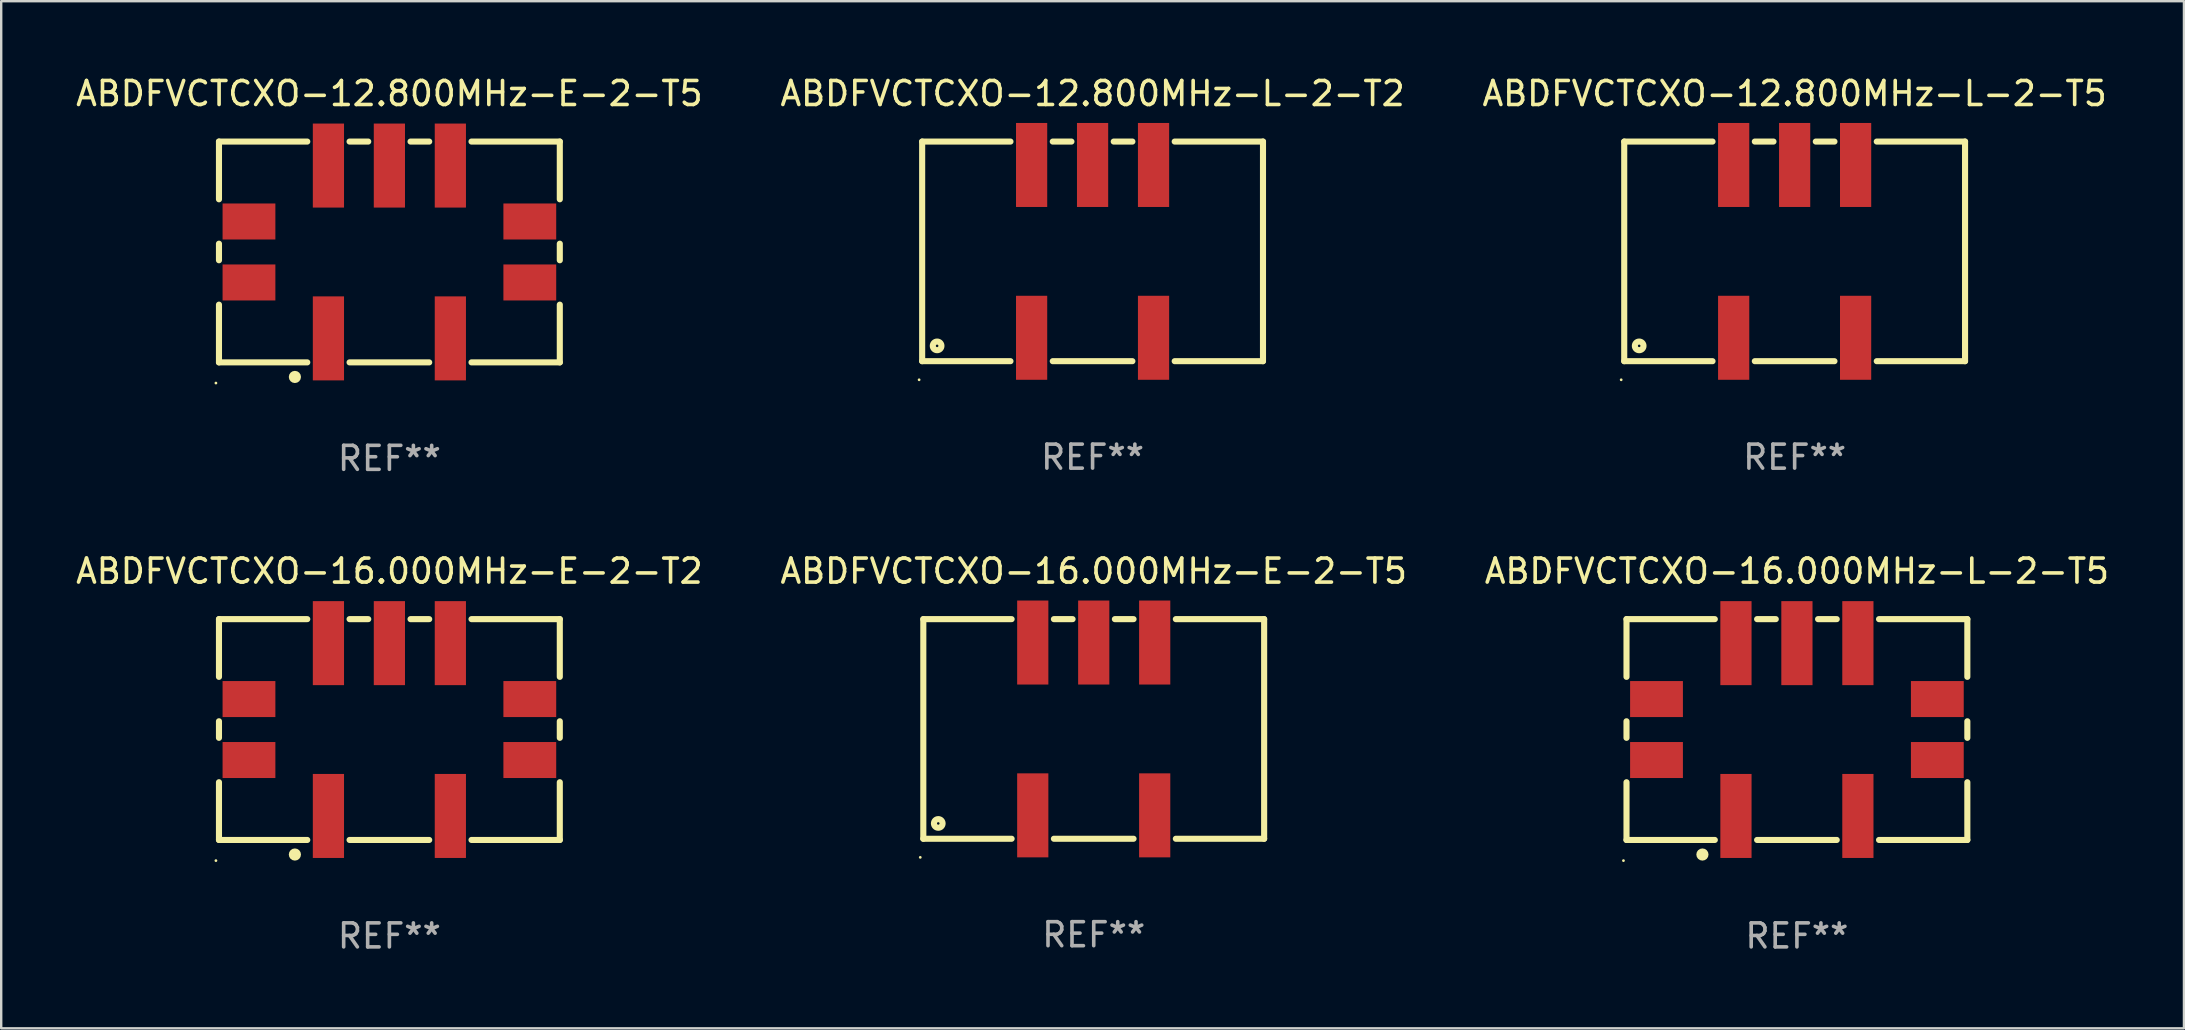
<source format=kicad_pcb>
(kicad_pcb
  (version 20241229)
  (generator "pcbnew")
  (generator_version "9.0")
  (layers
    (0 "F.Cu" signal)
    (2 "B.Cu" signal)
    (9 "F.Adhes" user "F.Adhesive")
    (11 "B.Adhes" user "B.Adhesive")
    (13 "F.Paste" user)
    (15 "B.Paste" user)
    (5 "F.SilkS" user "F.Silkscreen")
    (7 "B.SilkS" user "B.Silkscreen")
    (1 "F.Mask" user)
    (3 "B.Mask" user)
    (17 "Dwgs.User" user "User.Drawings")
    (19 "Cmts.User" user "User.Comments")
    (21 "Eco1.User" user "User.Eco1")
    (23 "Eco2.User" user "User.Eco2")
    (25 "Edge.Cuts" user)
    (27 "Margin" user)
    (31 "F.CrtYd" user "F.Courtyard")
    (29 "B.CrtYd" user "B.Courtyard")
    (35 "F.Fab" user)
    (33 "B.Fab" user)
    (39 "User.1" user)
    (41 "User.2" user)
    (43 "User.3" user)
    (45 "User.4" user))
  (footprint "ABDFVCTCXO-16.000MHz-L-2-T5"
    (layer "F.Cu")
    (at 71.815 27.345)
    (property "Reference" "ABDFVCTCXO-16.000MHz-L-2-T5" (at 0 -6.6 0) (layer "F.SilkS") (effects (font (size 1 1) (thickness 0.15))))
    (attr through_hole)
    (fp_line (start -7.1 -4.6) (end -7.1 -2.195) (stroke (width 0.254) (type solid)) (layer "F.SilkS"))
    (fp_line (start -7.1 -4.6) (end -3.421 -4.6) (stroke (width 0.254) (type solid)) (layer "F.SilkS"))
    (fp_line (start -7.1 -0.345) (end -7.1 0.345) (stroke (width 0.254) (type solid)) (layer "F.SilkS"))
    (fp_line (start -7.1 2.195) (end -7.1 4.6) (stroke (width 0.254) (type solid)) (layer "F.SilkS"))
    (fp_line (start -7.1 4.6) (end -3.421 4.6) (stroke (width 0.254) (type solid)) (layer "F.SilkS"))
    (fp_line (start -1.659 -4.6) (end -0.881 -4.6) (stroke (width 0.254) (type solid)) (layer "F.SilkS"))
    (fp_line (start -1.659 4.6) (end 1.659 4.6) (stroke (width 0.254) (type solid)) (layer "F.SilkS"))
    (fp_line (start 0.881 -4.6) (end 1.659 -4.6) (stroke (width 0.254) (type solid)) (layer "F.SilkS"))
    (fp_line (start 3.421 -4.6) (end 7.1 -4.6) (stroke (width 0.254) (type solid)) (layer "F.SilkS"))
    (fp_line (start 3.421 4.6) (end 7.1 4.6) (stroke (width 0.254) (type solid)) (layer "F.SilkS"))
    (fp_line (start 7.1 -4.6) (end 7.1 -2.195) (stroke (width 0.254) (type solid)) (layer "F.SilkS"))
    (fp_line (start 7.1 -0.345) (end 7.1 0.345) (stroke (width 0.254) (type solid)) (layer "F.SilkS"))
    (fp_line (start 7.1 2.195) (end 7.1 4.6) (stroke (width 0.254) (type solid)) (layer "F.SilkS"))
    (fp_circle (center -7.227 5.461) (end -7.197 5.461) (stroke (width 0.06) (type solid)) (fill no) (layer "F.SilkS"))
    (fp_circle (center -3.937 5.207) (end -3.81 5.207) (stroke (width 0.254) (type solid)) (fill no) (layer "F.SilkS"))
    (fp_text user "REF**" (at 0 8.6 0) (layer "F.Fab") (effects (font (size 1 1) (thickness 0.15))))
    (pad "1" smd rect (at -2.54 3.6) (size 1.3 3.5) (layers "F.Cu" "F.Mask" "F.Paste"))
    (pad "2" smd rect (at 2.54 3.6) (size 1.3 3.5) (layers "F.Cu" "F.Mask" "F.Paste"))
    (pad "3" smd rect (at 2.54 -3.6) (size 1.3 3.5) (layers "F.Cu" "F.Mask" "F.Paste"))
    (pad "4" smd rect (at 0 -3.6) (size 1.3 3.5) (layers "F.Cu" "F.Mask" "F.Paste"))
    (pad "5" smd rect (at -2.54 -3.6) (size 1.3 3.5) (layers "F.Cu" "F.Mask" "F.Paste"))
    (pad "6" smd rect (at 5.85 1.27 90) (size 1.5 2.2) (layers "F.Cu" "F.Mask" "F.Paste"))
    (pad "7" smd rect (at 5.85 -1.27 90) (size 1.5 2.2) (layers "F.Cu" "F.Mask" "F.Paste"))
    (pad "8" smd rect (at -5.85 -1.27 90) (size 1.5 2.2) (layers "F.Cu" "F.Mask" "F.Paste"))
    (pad "9" smd rect (at -5.85 1.27 90) (size 1.5 2.2) (layers "F.Cu" "F.Mask" "F.Paste")))
  (footprint "ABDFVCTCXO-16.000MHz-E-2-T5"
    (layer "F.Cu")
    (at 42.518 27.32)
    (property "Reference" "ABDFVCTCXO-16.000MHz-E-2-T5" (at 0 -6.575 0) (layer "F.SilkS") (effects (font (size 1 1) (thickness 0.15))))
    (attr through_hole)
    (fp_line (start -7.1 -4.575) (end -7.1 4.575) (stroke (width 0.254) (type solid)) (layer "F.SilkS"))
    (fp_line (start -7.1 -4.575) (end -3.421 -4.575) (stroke (width 0.254) (type solid)) (layer "F.SilkS"))
    (fp_line (start -7.1 4.575) (end -3.421 4.575) (stroke (width 0.254) (type solid)) (layer "F.SilkS"))
    (fp_line (start -1.659 -4.575) (end -0.881 -4.575) (stroke (width 0.254) (type solid)) (layer "F.SilkS"))
    (fp_line (start -1.659 4.575) (end 1.659 4.575) (stroke (width 0.254) (type solid)) (layer "F.SilkS"))
    (fp_line (start 0.881 -4.575) (end 1.659 -4.575) (stroke (width 0.254) (type solid)) (layer "F.SilkS"))
    (fp_line (start 3.421 -4.575) (end 7.1 -4.575) (stroke (width 0.254) (type solid)) (layer "F.SilkS"))
    (fp_line (start 3.421 4.575) (end 7.1 4.575) (stroke (width 0.254) (type solid)) (layer "F.SilkS"))
    (fp_line (start 7.1 -4.575) (end 7.1 4.575) (stroke (width 0.254) (type solid)) (layer "F.SilkS"))
    (fp_circle (center -7.227 5.35) (end -7.197 5.35) (stroke (width 0.06) (type solid)) (fill no) (layer "F.SilkS"))
    (fp_circle (center -6.477 3.937) (end -6.297 3.937) (stroke (width 0.254) (type solid)) (fill no) (layer "F.SilkS"))
    (fp_text user "REF**" (at 0 8.575 0) (layer "F.Fab") (effects (font (size 1 1) (thickness 0.15))))
    (pad "1" smd rect (at -2.54 3.6) (size 1.3 3.5) (layers "F.Cu" "F.Mask" "F.Paste"))
    (pad "2" smd rect (at 2.54 3.6) (size 1.3 3.5) (layers "F.Cu" "F.Mask" "F.Paste"))
    (pad "3" smd rect (at 2.54 -3.6) (size 1.3 3.5) (layers "F.Cu" "F.Mask" "F.Paste"))
    (pad "4" smd rect (at 0 -3.6) (size 1.3 3.5) (layers "F.Cu" "F.Mask" "F.Paste"))
    (pad "5" smd rect (at -2.54 -3.6) (size 1.3 3.5) (layers "F.Cu" "F.Mask" "F.Paste")))
  (footprint "ABDFVCTCXO-16.000MHz-E-2-T2"
    (layer "F.Cu")
    (at 13.173 27.345)
    (property "Reference" "ABDFVCTCXO-16.000MHz-E-2-T2" (at 0 -6.6 0) (layer "F.SilkS") (effects (font (size 1 1) (thickness 0.15))))
    (attr through_hole)
    (fp_line (start -7.1 -4.6) (end -7.1 -2.195) (stroke (width 0.254) (type solid)) (layer "F.SilkS"))
    (fp_line (start -7.1 -4.6) (end -3.421 -4.6) (stroke (width 0.254) (type solid)) (layer "F.SilkS"))
    (fp_line (start -7.1 -0.345) (end -7.1 0.345) (stroke (width 0.254) (type solid)) (layer "F.SilkS"))
    (fp_line (start -7.1 2.195) (end -7.1 4.6) (stroke (width 0.254) (type solid)) (layer "F.SilkS"))
    (fp_line (start -7.1 4.6) (end -3.421 4.6) (stroke (width 0.254) (type solid)) (layer "F.SilkS"))
    (fp_line (start -1.659 -4.6) (end -0.881 -4.6) (stroke (width 0.254) (type solid)) (layer "F.SilkS"))
    (fp_line (start -1.659 4.6) (end 1.659 4.6) (stroke (width 0.254) (type solid)) (layer "F.SilkS"))
    (fp_line (start 0.881 -4.6) (end 1.659 -4.6) (stroke (width 0.254) (type solid)) (layer "F.SilkS"))
    (fp_line (start 3.421 -4.6) (end 7.1 -4.6) (stroke (width 0.254) (type solid)) (layer "F.SilkS"))
    (fp_line (start 3.421 4.6) (end 7.1 4.6) (stroke (width 0.254) (type solid)) (layer "F.SilkS"))
    (fp_line (start 7.1 -4.6) (end 7.1 -2.195) (stroke (width 0.254) (type solid)) (layer "F.SilkS"))
    (fp_line (start 7.1 -0.345) (end 7.1 0.345) (stroke (width 0.254) (type solid)) (layer "F.SilkS"))
    (fp_line (start 7.1 2.195) (end 7.1 4.6) (stroke (width 0.254) (type solid)) (layer "F.SilkS"))
    (fp_circle (center -7.227 5.461) (end -7.197 5.461) (stroke (width 0.06) (type solid)) (fill no) (layer "F.SilkS"))
    (fp_circle (center -3.937 5.207) (end -3.81 5.207) (stroke (width 0.254) (type solid)) (fill no) (layer "F.SilkS"))
    (fp_text user "REF**" (at 0 8.6 0) (layer "F.Fab") (effects (font (size 1 1) (thickness 0.15))))
    (pad "1" smd rect (at -2.54 3.6) (size 1.3 3.5) (layers "F.Cu" "F.Mask" "F.Paste"))
    (pad "2" smd rect (at 2.54 3.6) (size 1.3 3.5) (layers "F.Cu" "F.Mask" "F.Paste"))
    (pad "3" smd rect (at 2.54 -3.6) (size 1.3 3.5) (layers "F.Cu" "F.Mask" "F.Paste"))
    (pad "4" smd rect (at 0 -3.6) (size 1.3 3.5) (layers "F.Cu" "F.Mask" "F.Paste"))
    (pad "5" smd rect (at -2.54 -3.6) (size 1.3 3.5) (layers "F.Cu" "F.Mask" "F.Paste"))
    (pad "6" smd rect (at 5.85 1.27 90) (size 1.5 2.2) (layers "F.Cu" "F.Mask" "F.Paste"))
    (pad "7" smd rect (at 5.85 -1.27 90) (size 1.5 2.2) (layers "F.Cu" "F.Mask" "F.Paste"))
    (pad "8" smd rect (at -5.85 -1.27 90) (size 1.5 2.2) (layers "F.Cu" "F.Mask" "F.Paste"))
    (pad "9" smd rect (at -5.85 1.27 90) (size 1.5 2.2) (layers "F.Cu" "F.Mask" "F.Paste")))
  (footprint "ABDFVCTCXO-12.800MHz-L-2-T5"
    (layer "F.Cu")
    (at 71.72 7.423)
    (property "Reference" "ABDFVCTCXO-12.800MHz-L-2-T5" (at 0 -6.575 0) (layer "F.SilkS") (effects (font (size 1 1) (thickness 0.15))))
    (attr through_hole)
    (fp_line (start -7.1 -4.575) (end -7.1 4.575) (stroke (width 0.254) (type solid)) (layer "F.SilkS"))
    (fp_line (start -7.1 -4.575) (end -3.421 -4.575) (stroke (width 0.254) (type solid)) (layer "F.SilkS"))
    (fp_line (start -7.1 4.575) (end -3.421 4.575) (stroke (width 0.254) (type solid)) (layer "F.SilkS"))
    (fp_line (start -1.659 -4.575) (end -0.881 -4.575) (stroke (width 0.254) (type solid)) (layer "F.SilkS"))
    (fp_line (start -1.659 4.575) (end 1.659 4.575) (stroke (width 0.254) (type solid)) (layer "F.SilkS"))
    (fp_line (start 0.881 -4.575) (end 1.659 -4.575) (stroke (width 0.254) (type solid)) (layer "F.SilkS"))
    (fp_line (start 3.421 -4.575) (end 7.1 -4.575) (stroke (width 0.254) (type solid)) (layer "F.SilkS"))
    (fp_line (start 3.421 4.575) (end 7.1 4.575) (stroke (width 0.254) (type solid)) (layer "F.SilkS"))
    (fp_line (start 7.1 -4.575) (end 7.1 4.575) (stroke (width 0.254) (type solid)) (layer "F.SilkS"))
    (fp_circle (center -7.227 5.35) (end -7.197 5.35) (stroke (width 0.06) (type solid)) (fill no) (layer "F.SilkS"))
    (fp_circle (center -6.477 3.937) (end -6.297 3.937) (stroke (width 0.254) (type solid)) (fill no) (layer "F.SilkS"))
    (fp_text user "REF**" (at 0 8.575 0) (layer "F.Fab") (effects (font (size 1 1) (thickness 0.15))))
    (pad "1" smd rect (at -2.54 3.6) (size 1.3 3.5) (layers "F.Cu" "F.Mask" "F.Paste"))
    (pad "2" smd rect (at 2.54 3.6) (size 1.3 3.5) (layers "F.Cu" "F.Mask" "F.Paste"))
    (pad "3" smd rect (at 2.54 -3.6) (size 1.3 3.5) (layers "F.Cu" "F.Mask" "F.Paste"))
    (pad "4" smd rect (at 0 -3.6) (size 1.3 3.5) (layers "F.Cu" "F.Mask" "F.Paste"))
    (pad "5" smd rect (at -2.54 -3.6) (size 1.3 3.5) (layers "F.Cu" "F.Mask" "F.Paste")))
  (footprint "ABDFVCTCXO-12.800MHz-L-2-T2"
    (layer "F.Cu")
    (at 42.47 7.423)
    (property "Reference" "ABDFVCTCXO-12.800MHz-L-2-T2" (at 0 -6.575 0) (layer "F.SilkS") (effects (font (size 1 1) (thickness 0.15))))
    (attr through_hole)
    (fp_line (start -7.1 -4.575) (end -7.1 4.575) (stroke (width 0.254) (type solid)) (layer "F.SilkS"))
    (fp_line (start -7.1 -4.575) (end -3.421 -4.575) (stroke (width 0.254) (type solid)) (layer "F.SilkS"))
    (fp_line (start -7.1 4.575) (end -3.421 4.575) (stroke (width 0.254) (type solid)) (layer "F.SilkS"))
    (fp_line (start -1.659 -4.575) (end -0.881 -4.575) (stroke (width 0.254) (type solid)) (layer "F.SilkS"))
    (fp_line (start -1.659 4.575) (end 1.659 4.575) (stroke (width 0.254) (type solid)) (layer "F.SilkS"))
    (fp_line (start 0.881 -4.575) (end 1.659 -4.575) (stroke (width 0.254) (type solid)) (layer "F.SilkS"))
    (fp_line (start 3.421 -4.575) (end 7.1 -4.575) (stroke (width 0.254) (type solid)) (layer "F.SilkS"))
    (fp_line (start 3.421 4.575) (end 7.1 4.575) (stroke (width 0.254) (type solid)) (layer "F.SilkS"))
    (fp_line (start 7.1 -4.575) (end 7.1 4.575) (stroke (width 0.254) (type solid)) (layer "F.SilkS"))
    (fp_circle (center -7.227 5.35) (end -7.197 5.35) (stroke (width 0.06) (type solid)) (fill no) (layer "F.SilkS"))
    (fp_circle (center -6.477 3.937) (end -6.297 3.937) (stroke (width 0.254) (type solid)) (fill no) (layer "F.SilkS"))
    (fp_text user "REF**" (at 0 8.575 0) (layer "F.Fab") (effects (font (size 1 1) (thickness 0.15))))
    (pad "1" smd rect (at -2.54 3.6) (size 1.3 3.5) (layers "F.Cu" "F.Mask" "F.Paste"))
    (pad "2" smd rect (at 2.54 3.6) (size 1.3 3.5) (layers "F.Cu" "F.Mask" "F.Paste"))
    (pad "3" smd rect (at 2.54 -3.6) (size 1.3 3.5) (layers "F.Cu" "F.Mask" "F.Paste"))
    (pad "4" smd rect (at 0 -3.6) (size 1.3 3.5) (layers "F.Cu" "F.Mask" "F.Paste"))
    (pad "5" smd rect (at -2.54 -3.6) (size 1.3 3.5) (layers "F.Cu" "F.Mask" "F.Paste")))
  (footprint "ABDFVCTCXO-12.800MHz-E-2-T5"
    (layer "F.Cu")
    (at 13.173 7.448)
    (property "Reference" "ABDFVCTCXO-12.800MHz-E-2-T5" (at 0 -6.6 0) (layer "F.SilkS") (effects (font (size 1 1) (thickness 0.15))))
    (attr through_hole)
    (fp_line (start -7.1 -4.6) (end -7.1 -2.195) (stroke (width 0.254) (type solid)) (layer "F.SilkS"))
    (fp_line (start -7.1 -4.6) (end -3.421 -4.6) (stroke (width 0.254) (type solid)) (layer "F.SilkS"))
    (fp_line (start -7.1 -0.345) (end -7.1 0.345) (stroke (width 0.254) (type solid)) (layer "F.SilkS"))
    (fp_line (start -7.1 2.195) (end -7.1 4.6) (stroke (width 0.254) (type solid)) (layer "F.SilkS"))
    (fp_line (start -7.1 4.6) (end -3.421 4.6) (stroke (width 0.254) (type solid)) (layer "F.SilkS"))
    (fp_line (start -1.659 -4.6) (end -0.881 -4.6) (stroke (width 0.254) (type solid)) (layer "F.SilkS"))
    (fp_line (start -1.659 4.6) (end 1.659 4.6) (stroke (width 0.254) (type solid)) (layer "F.SilkS"))
    (fp_line (start 0.881 -4.6) (end 1.659 -4.6) (stroke (width 0.254) (type solid)) (layer "F.SilkS"))
    (fp_line (start 3.421 -4.6) (end 7.1 -4.6) (stroke (width 0.254) (type solid)) (layer "F.SilkS"))
    (fp_line (start 3.421 4.6) (end 7.1 4.6) (stroke (width 0.254) (type solid)) (layer "F.SilkS"))
    (fp_line (start 7.1 -4.6) (end 7.1 -2.195) (stroke (width 0.254) (type solid)) (layer "F.SilkS"))
    (fp_line (start 7.1 -0.345) (end 7.1 0.345) (stroke (width 0.254) (type solid)) (layer "F.SilkS"))
    (fp_line (start 7.1 2.195) (end 7.1 4.6) (stroke (width 0.254) (type solid)) (layer "F.SilkS"))
    (fp_circle (center -7.227 5.461) (end -7.197 5.461) (stroke (width 0.06) (type solid)) (fill no) (layer "F.SilkS"))
    (fp_circle (center -3.937 5.207) (end -3.81 5.207) (stroke (width 0.254) (type solid)) (fill no) (layer "F.SilkS"))
    (fp_text user "REF**" (at 0 8.6 0) (layer "F.Fab") (effects (font (size 1 1) (thickness 0.15))))
    (pad "1" smd rect (at -2.54 3.6) (size 1.3 3.5) (layers "F.Cu" "F.Mask" "F.Paste"))
    (pad "2" smd rect (at 2.54 3.6) (size 1.3 3.5) (layers "F.Cu" "F.Mask" "F.Paste"))
    (pad "3" smd rect (at 2.54 -3.6) (size 1.3 3.5) (layers "F.Cu" "F.Mask" "F.Paste"))
    (pad "4" smd rect (at 0 -3.6) (size 1.3 3.5) (layers "F.Cu" "F.Mask" "F.Paste"))
    (pad "5" smd rect (at -2.54 -3.6) (size 1.3 3.5) (layers "F.Cu" "F.Mask" "F.Paste"))
    (pad "6" smd rect (at 5.85 1.27 90) (size 1.5 2.2) (layers "F.Cu" "F.Mask" "F.Paste"))
    (pad "7" smd rect (at 5.85 -1.27 90) (size 1.5 2.2) (layers "F.Cu" "F.Mask" "F.Paste"))
    (pad "8" smd rect (at -5.85 -1.27 90) (size 1.5 2.2) (layers "F.Cu" "F.Mask" "F.Paste"))
    (pad "9" smd rect (at -5.85 1.27 90) (size 1.5 2.2) (layers "F.Cu" "F.Mask" "F.Paste")))
  (gr_rect
    (start -3 -3)
    (end 87.94 39.793)
    (stroke (width 0.1) (type default))
    (fill no)
    (layer "Edge.Cuts")))
</source>
